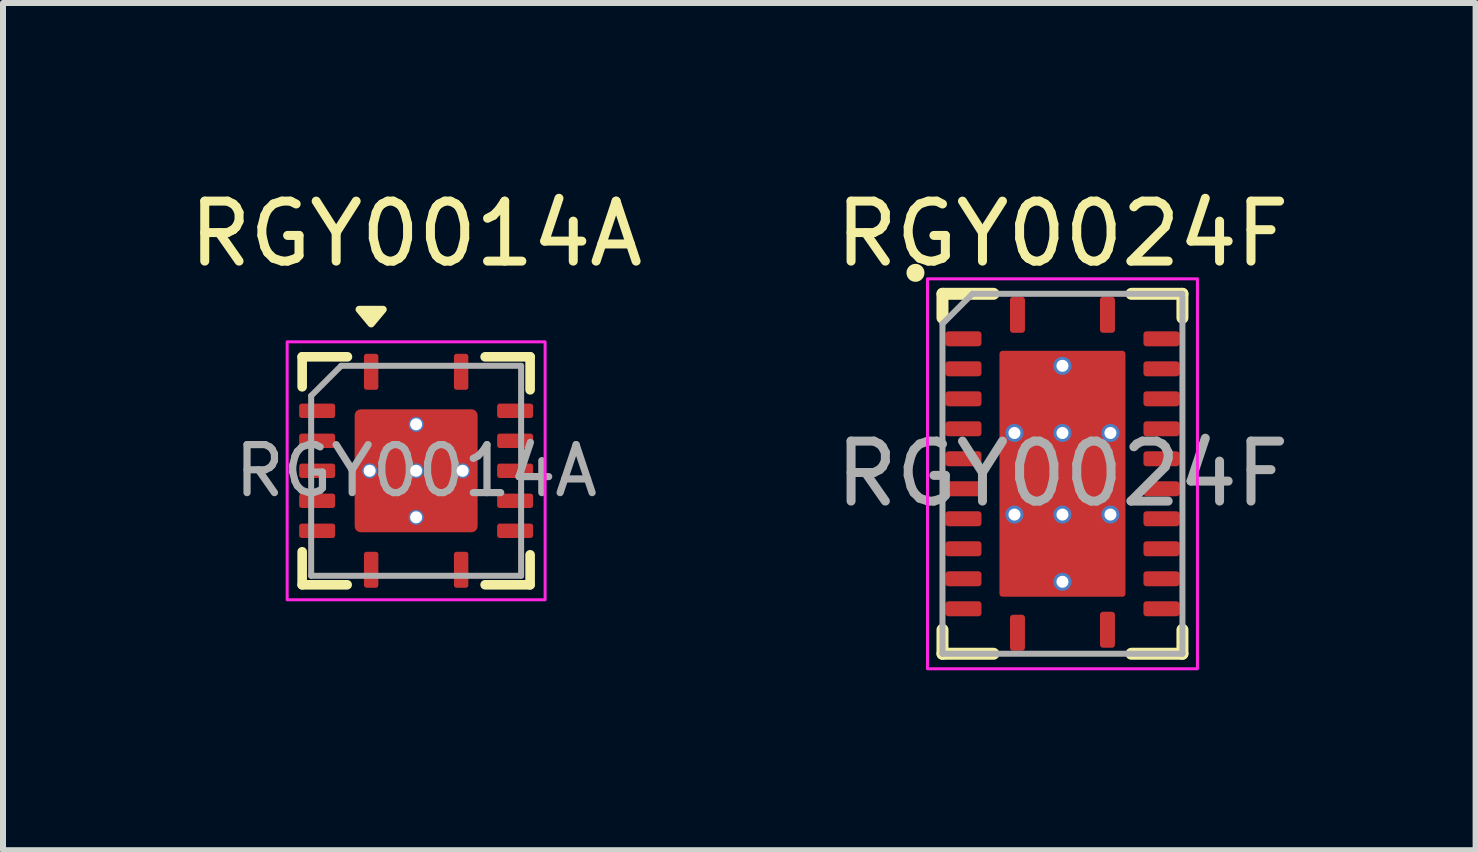
<source format=kicad_pcb>
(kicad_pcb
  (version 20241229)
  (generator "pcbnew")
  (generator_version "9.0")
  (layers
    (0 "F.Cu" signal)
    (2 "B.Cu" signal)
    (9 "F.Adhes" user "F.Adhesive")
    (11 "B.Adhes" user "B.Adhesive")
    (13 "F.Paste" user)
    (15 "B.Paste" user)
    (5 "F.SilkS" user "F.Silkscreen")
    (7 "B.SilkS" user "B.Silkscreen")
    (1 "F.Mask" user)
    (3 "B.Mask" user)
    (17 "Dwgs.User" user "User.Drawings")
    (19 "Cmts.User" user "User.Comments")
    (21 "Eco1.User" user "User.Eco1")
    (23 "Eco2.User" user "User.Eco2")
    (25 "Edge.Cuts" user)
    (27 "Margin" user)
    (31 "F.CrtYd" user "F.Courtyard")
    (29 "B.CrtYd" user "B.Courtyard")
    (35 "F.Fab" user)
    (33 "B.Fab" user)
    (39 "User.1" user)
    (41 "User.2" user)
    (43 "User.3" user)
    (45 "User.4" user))
  (footprint "RGY0014A"
    (layer "F.Cu")
    (at 3.887 4.798)
    (property "Reference" "RGY0014A" (at 0 -3.95 0) (layer "F.SilkS") (effects (font (size 1 1) (thickness 0.15))))
    (attr smd)
    (fp_line (start -1.9 -1.4) (end -1.9 -1.9) (stroke (width 0.16) (type solid)) (layer "F.SilkS"))
    (fp_line (start -1.9 1.9) (end -1.9 1.35) (stroke (width 0.16) (type default)) (layer "F.SilkS"))
    (fp_line (start -1.15 1.9) (end -1.9 1.9) (stroke (width 0.16) (type default)) (layer "F.SilkS"))
    (fp_line (start -1.145 -1.9) (end -1.9 -1.9) (stroke (width 0.16) (type solid)) (layer "F.SilkS"))
    (fp_line (start 1.15 -1.9) (end 1.9 -1.9) (stroke (width 0.16) (type default)) (layer "F.SilkS"))
    (fp_line (start 1.15 1.9) (end 1.9 1.9) (stroke (width 0.16) (type default)) (layer "F.SilkS"))
    (fp_line (start 1.9 -1.9) (end 1.9 -1.35) (stroke (width 0.16) (type default)) (layer "F.SilkS"))
    (fp_line (start 1.9 1.9) (end 1.9 1.4) (stroke (width 0.16) (type default)) (layer "F.SilkS"))
    (fp_poly (pts (xy -0.75 -2.45) (xy -0.95 -2.69) (xy -0.55 -2.69) (xy -0.75 -2.45)) (stroke (width 0.12) (type solid)) (fill yes) (layer "F.SilkS"))
    (fp_rect (start -2.15 -2.15) (end 2.15 2.15) (stroke (width 0.05) (type default)) (fill no) (layer "F.CrtYd"))
    (fp_line (start -1.75 1.75) (end -1.75 -1.25) (stroke (width 0.1) (type solid)) (layer "F.Fab"))
    (fp_line (start -1.25 -1.75) (end -1.75 -1.25) (stroke (width 0.1) (type solid)) (layer "F.Fab"))
    (fp_line (start -1.25 -1.75) (end 1.75 -1.75) (stroke (width 0.1) (type solid)) (layer "F.Fab"))
    (fp_line (start 1.75 -1.75) (end 1.75 1.75) (stroke (width 0.1) (type solid)) (layer "F.Fab"))
    (fp_line (start 1.75 1.75) (end -1.75 1.75) (stroke (width 0.1) (type solid)) (layer "F.Fab"))
    (fp_text user "${REFERENCE}" (at 0 0 0) (layer "F.Fab") (effects (font (size 0.8 0.8) (thickness 0.12))))
    (pad "" smd roundrect (at -0.56 -0.56 270) (size 0.82 0.82) (layers "F.Paste") (roundrect_rratio 0.122))
    (pad "" smd roundrect (at -0.56 0.56 270) (size 0.82 0.82) (layers "F.Paste") (roundrect_rratio 0.122))
    (pad "" smd roundrect (at 0.56 -0.56 270) (size 0.82 0.82) (layers "F.Paste") (roundrect_rratio 0.122))
    (pad "" smd roundrect (at 0.56 0.56 270) (size 0.82 0.82) (layers "F.Paste") (roundrect_rratio 0.122))
    (pad "1" smd roundrect (at -0.75 -1.65 270) (size 0.6 0.24) (layers "F.Cu" "F.Mask" "F.Paste") (roundrect_rratio 0.179))
    (pad "2" smd roundrect (at -1.65 -1 270) (size 0.24 0.6) (layers "F.Cu" "F.Mask" "F.Paste") (roundrect_rratio 0.179))
    (pad "3" smd roundrect (at -1.65 -0.5 270) (size 0.24 0.6) (layers "F.Cu" "F.Mask" "F.Paste") (roundrect_rratio 0.179))
    (pad "4" smd roundrect (at -1.65 0 270) (size 0.24 0.6) (layers "F.Cu" "F.Mask" "F.Paste") (roundrect_rratio 0.179))
    (pad "5" smd roundrect (at -1.65 0.5 270) (size 0.24 0.6) (layers "F.Cu" "F.Mask" "F.Paste") (roundrect_rratio 0.179))
    (pad "6" smd roundrect (at -1.65 1 270) (size 0.24 0.6) (layers "F.Cu" "F.Mask" "F.Paste") (roundrect_rratio 0.179))
    (pad "7" smd roundrect (at -0.75 1.65 270) (size 0.6 0.24) (layers "F.Cu" "F.Mask" "F.Paste") (roundrect_rratio 0.179))
    (pad "8" smd roundrect (at 0.75 1.65 270) (size 0.6 0.24) (layers "F.Cu" "F.Mask" "F.Paste") (roundrect_rratio 0.179))
    (pad "9" smd roundrect (at 1.65 1 270) (size 0.24 0.6) (layers "F.Cu" "F.Mask" "F.Paste") (roundrect_rratio 0.179))
    (pad "10" smd roundrect (at 1.65 0.5 270) (size 0.24 0.6) (layers "F.Cu" "F.Mask" "F.Paste") (roundrect_rratio 0.179))
    (pad "11" smd roundrect (at 1.65 0 270) (size 0.24 0.6) (layers "F.Cu" "F.Mask" "F.Paste") (roundrect_rratio 0.179))
    (pad "12" smd roundrect (at 1.65 -0.5 270) (size 0.24 0.6) (layers "F.Cu" "F.Mask" "F.Paste") (roundrect_rratio 0.179))
    (pad "13" smd roundrect (at 1.65 -1 270) (size 0.24 0.6) (layers "F.Cu" "F.Mask" "F.Paste") (roundrect_rratio 0.179))
    (pad "14" smd roundrect (at 0.75 -1.65 270) (size 0.6 0.24) (layers "F.Cu" "F.Mask" "F.Paste") (roundrect_rratio 0.179))
    (pad "15" thru_hole circle (at -0.775 0) (size 0.25 0.25) (drill 0.2) (property pad_prop_heatsink) (layers "*.Cu" "F.Mask"))
    (pad "15" thru_hole circle (at 0 -0.775) (size 0.25 0.25) (drill 0.2) (property pad_prop_heatsink) (layers "*.Cu" "F.Mask"))
    (pad "15" thru_hole circle (at 0 0) (size 0.25 0.25) (drill 0.2) (property pad_prop_heatsink) (layers "*.Cu" "F.Mask"))
    (pad "15" smd roundrect (at 0 0 270) (size 2.05 2.05) (layers "F.Cu" "F.Mask") (roundrect_rratio 0.049))
    (pad "15" thru_hole circle (at 0 0.775) (size 0.25 0.25) (drill 0.2) (property pad_prop_heatsink) (layers "*.Cu" "F.Mask"))
    (pad "15" thru_hole circle (at 0.775 0) (size 0.25 0.25) (drill 0.2) (property pad_prop_heatsink) (layers "*.Cu" "F.Mask")))
  (footprint "RGY0024F"
    (layer "F.Cu")
    (at 14.661 4.848)
    (property "Reference" "RGY0024F" (at 0 -4 0) (unlocked yes) (layer "F.SilkS") (effects (font (size 1 1) (thickness 0.15))))
    (attr smd)
    (fp_line (start -2 -3) (end -2 -2.6) (stroke (width 0.2) (type default)) (layer "F.SilkS"))
    (fp_line (start -2 3) (end -2 2.6) (stroke (width 0.2) (type default)) (layer "F.SilkS"))
    (fp_line (start -1.15 -3) (end -2 -3) (stroke (width 0.2) (type default)) (layer "F.SilkS"))
    (fp_line (start -1.15 3) (end -2 3) (stroke (width 0.2) (type default)) (layer "F.SilkS"))
    (fp_line (start 1.15 -3) (end 2 -3) (stroke (width 0.2) (type default)) (layer "F.SilkS"))
    (fp_line (start 1.15 3) (end 2 3) (stroke (width 0.2) (type default)) (layer "F.SilkS"))
    (fp_line (start 2 -3) (end 2 -2.6) (stroke (width 0.2) (type default)) (layer "F.SilkS"))
    (fp_line (start 2 3) (end 2 2.6) (stroke (width 0.2) (type default)) (layer "F.SilkS"))
    (fp_circle (center -2.45 -3.35) (end -2.35 -3.35) (stroke (width 0.1) (type default)) (fill yes) (layer "F.SilkS"))
    (fp_rect (start -2.25 -3.25) (end 2.25 3.25) (stroke (width 0.05) (type default)) (fill no) (layer "F.CrtYd"))
    (fp_line (start -2 -2.5) (end -2 3) (stroke (width 0.1) (type default)) (layer "F.Fab"))
    (fp_line (start -2 -2.5) (end -1.5 -3) (stroke (width 0.1) (type default)) (layer "F.Fab"))
    (fp_line (start -2 3) (end 2 3) (stroke (width 0.1) (type default)) (layer "F.Fab"))
    (fp_line (start -1.5 -3) (end 2 -3) (stroke (width 0.1) (type default)) (layer "F.Fab"))
    (fp_line (start 2 3) (end 2 -2.95) (stroke (width 0.1) (type default)) (layer "F.Fab"))
    (fp_text user "${REFERENCE}" (at 0 0 0) (unlocked yes) (layer "F.Fab") (effects (font (size 1 1) (thickness 0.15))))
    (pad "1" smd roundrect (at -0.75 -2.65) (size 0.25 0.6) (layers "F.Cu" "F.Mask" "F.Paste") (roundrect_rratio 0.2))
    (pad "2" smd roundrect (at -1.65 -2.25) (size 0.6 0.25) (layers "F.Cu" "F.Mask" "F.Paste") (roundrect_rratio 0.2))
    (pad "3" smd roundrect (at -1.65 -1.75) (size 0.6 0.25) (layers "F.Cu" "F.Mask" "F.Paste") (roundrect_rratio 0.2))
    (pad "4" smd roundrect (at -1.65 -1.25) (size 0.6 0.25) (layers "F.Cu" "F.Mask" "F.Paste") (roundrect_rratio 0.2))
    (pad "5" smd roundrect (at -1.65 -0.75) (size 0.6 0.25) (layers "F.Cu" "F.Mask" "F.Paste") (roundrect_rratio 0.2))
    (pad "6" smd roundrect (at -1.65 -0.25) (size 0.6 0.25) (layers "F.Cu" "F.Mask" "F.Paste") (roundrect_rratio 0.2))
    (pad "7" smd roundrect (at -1.65 0.25) (size 0.6 0.25) (layers "F.Cu" "F.Mask" "F.Paste") (roundrect_rratio 0.2))
    (pad "8" smd roundrect (at -1.65 0.75) (size 0.6 0.25) (layers "F.Cu" "F.Mask" "F.Paste") (roundrect_rratio 0.2))
    (pad "9" smd roundrect (at -1.65 1.25) (size 0.6 0.25) (layers "F.Cu" "F.Mask" "F.Paste") (roundrect_rratio 0.2))
    (pad "10" smd roundrect (at -1.65 1.75) (size 0.6 0.25) (layers "F.Cu" "F.Mask" "F.Paste") (roundrect_rratio 0.2))
    (pad "11" smd roundrect (at -1.65 2.25) (size 0.6 0.25) (layers "F.Cu" "F.Mask" "F.Paste") (roundrect_rratio 0.2))
    (pad "12" smd roundrect (at -0.75 2.65) (size 0.25 0.6) (layers "F.Cu" "F.Mask" "F.Paste") (roundrect_rratio 0.2))
    (pad "13" smd roundrect (at 0.75 2.6) (size 0.25 0.6) (layers "F.Cu" "F.Mask" "F.Paste") (roundrect_rratio 0.2))
    (pad "14" smd roundrect (at 1.65 2.25) (size 0.6 0.25) (layers "F.Cu" "F.Mask" "F.Paste") (roundrect_rratio 0.2))
    (pad "15" smd roundrect (at 1.65 1.75) (size 0.6 0.25) (layers "F.Cu" "F.Mask" "F.Paste") (roundrect_rratio 0.2))
    (pad "16" smd roundrect (at 1.65 1.25) (size 0.6 0.25) (layers "F.Cu" "F.Mask" "F.Paste") (roundrect_rratio 0.2))
    (pad "17" smd roundrect (at 1.65 0.75) (size 0.6 0.25) (layers "F.Cu" "F.Mask" "F.Paste") (roundrect_rratio 0.2))
    (pad "18" smd roundrect (at 1.65 0.25) (size 0.6 0.25) (layers "F.Cu" "F.Mask" "F.Paste") (roundrect_rratio 0.2))
    (pad "19" smd roundrect (at 1.65 -0.25) (size 0.6 0.25) (layers "F.Cu" "F.Mask" "F.Paste") (roundrect_rratio 0.2))
    (pad "20" smd roundrect (at 1.65 -0.75) (size 0.6 0.25) (layers "F.Cu" "F.Mask" "F.Paste") (roundrect_rratio 0.2))
    (pad "21" smd roundrect (at 1.65 -1.25) (size 0.6 0.25) (layers "F.Cu" "F.Mask" "F.Paste") (roundrect_rratio 0.2))
    (pad "22" smd roundrect (at 1.65 -1.75) (size 0.6 0.25) (layers "F.Cu" "F.Mask" "F.Paste") (roundrect_rratio 0.2))
    (pad "23" smd roundrect (at 1.65 -2.25) (size 0.6 0.25) (layers "F.Cu" "F.Mask" "F.Paste") (roundrect_rratio 0.2))
    (pad "24" smd roundrect (at 0.75 -2.65) (size 0.25 0.6) (layers "F.Cu" "F.Mask" "F.Paste") (roundrect_rratio 0.2))
    (pad "25" thru_hole circle (at -0.8 -0.68) (size 0.3 0.3) (drill 0.2) (property pad_prop_heatsink) (layers "*.Cu" "F.Mask"))
    (pad "25" thru_hole circle (at -0.8 0.68) (size 0.3 0.3) (drill 0.2) (property pad_prop_heatsink) (layers "*.Cu" "F.Mask"))
    (pad "25" thru_hole circle (at 0 -1.8) (size 0.3 0.3) (drill 0.2) (property pad_prop_heatsink) (layers "*.Cu" "F.Mask"))
    (pad "25" thru_hole circle (at 0 -0.68) (size 0.3 0.3) (drill 0.2) (property pad_prop_heatsink) (layers "*.Cu" "F.Mask"))
    (pad "25" smd roundrect (at 0 0) (size 2.1 4.1) (property pad_prop_heatsink) (layers "F.Cu" "F.Mask" "F.Paste") (roundrect_rratio 0.024))
    (pad "25" thru_hole circle (at 0 0.68) (size 0.3 0.3) (drill 0.2) (property pad_prop_heatsink) (layers "*.Cu" "F.Mask"))
    (pad "25" thru_hole circle (at 0 1.8) (size 0.3 0.3) (drill 0.2) (property pad_prop_heatsink) (layers "*.Cu" "F.Mask"))
    (pad "25" thru_hole circle (at 0.8 -0.68) (size 0.3 0.3) (drill 0.2) (property pad_prop_heatsink) (layers "*.Cu" "F.Mask"))
    (pad "25" thru_hole circle (at 0.8 0.68) (size 0.3 0.3) (drill 0.2) (property pad_prop_heatsink) (layers "*.Cu" "F.Mask")))
  (gr_rect
    (start -3 -3)
    (end 21.548 11.123)
    (stroke (width 0.1) (type default))
    (fill no)
    (layer "Edge.Cuts")))
</source>
